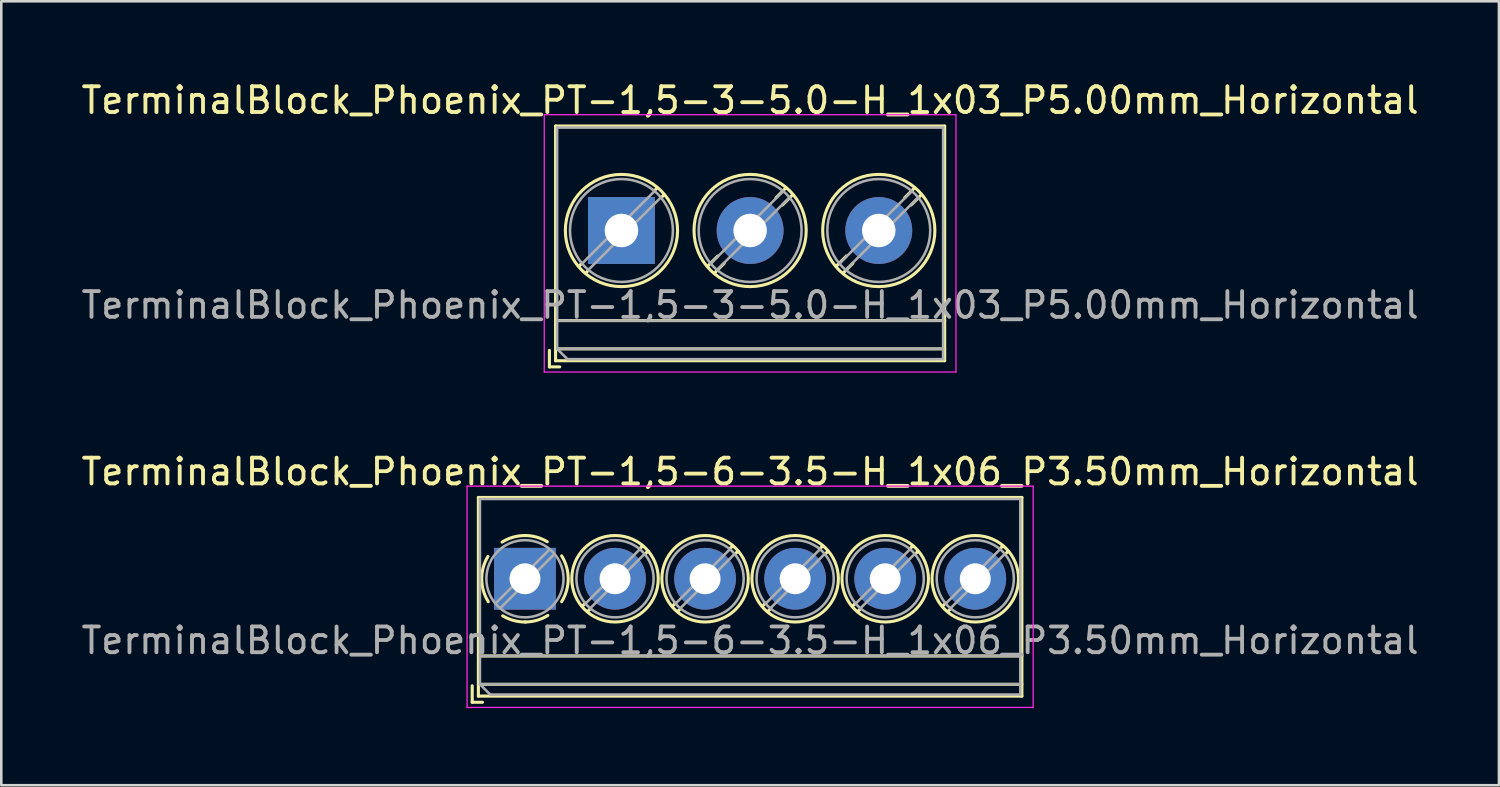
<source format=kicad_pcb>
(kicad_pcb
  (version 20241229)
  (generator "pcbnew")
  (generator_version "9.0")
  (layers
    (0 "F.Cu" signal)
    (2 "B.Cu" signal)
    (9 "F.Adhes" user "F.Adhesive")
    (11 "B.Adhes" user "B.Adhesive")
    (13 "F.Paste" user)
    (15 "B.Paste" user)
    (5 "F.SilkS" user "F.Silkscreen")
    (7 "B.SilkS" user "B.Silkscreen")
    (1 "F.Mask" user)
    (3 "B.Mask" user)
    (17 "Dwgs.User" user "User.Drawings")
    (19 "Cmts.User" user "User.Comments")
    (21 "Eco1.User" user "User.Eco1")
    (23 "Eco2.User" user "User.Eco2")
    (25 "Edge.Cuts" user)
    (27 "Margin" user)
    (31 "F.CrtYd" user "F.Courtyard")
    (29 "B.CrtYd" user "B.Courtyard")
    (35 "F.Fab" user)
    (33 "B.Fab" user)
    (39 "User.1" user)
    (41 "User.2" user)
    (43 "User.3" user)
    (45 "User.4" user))
  (footprint "TerminalBlock_Phoenix_PT-1,5-3-5.0-H_1x03_P5.00mm_Horizontal"
    (layer "F.Cu")
    (at 21.101 5.908)
    (property "Reference" "TerminalBlock_Phoenix_PT-1,5-3-5.0-H_1x03_P5.00mm_Horizontal" (at 5 -5.06 0) (layer "F.SilkS") (effects (font (size 1 1) (thickness 0.15))))
    (attr through_hole)
    (fp_line (start -2.8 4.66) (end -2.8 5.3) (stroke (width 0.12) (type solid)) (layer "F.SilkS"))
    (fp_line (start -2.8 5.3) (end -2.4 5.3) (stroke (width 0.12) (type solid)) (layer "F.SilkS"))
    (fp_line (start -2.56 -4.06) (end -2.56 5.06) (stroke (width 0.12) (type solid)) (layer "F.SilkS"))
    (fp_line (start -2.56 -4.06) (end 12.56 -4.06) (stroke (width 0.12) (type solid)) (layer "F.SilkS"))
    (fp_line (start -2.56 3.5) (end 12.56 3.5) (stroke (width 0.12) (type solid)) (layer "F.SilkS"))
    (fp_line (start -2.56 4.6) (end 12.56 4.6) (stroke (width 0.12) (type solid)) (layer "F.SilkS"))
    (fp_line (start -2.56 5.06) (end 12.56 5.06) (stroke (width 0.12) (type solid)) (layer "F.SilkS"))
    (fp_line (start -1.548 1.281) (end -1.654 1.388) (stroke (width 0.12) (type solid)) (layer "F.SilkS"))
    (fp_line (start -1.282 1.547) (end -1.388 1.654) (stroke (width 0.12) (type solid)) (layer "F.SilkS"))
    (fp_line (start 1.388 -1.654) (end 1.281 -1.547) (stroke (width 0.12) (type solid)) (layer "F.SilkS"))
    (fp_line (start 1.654 -1.388) (end 1.547 -1.281) (stroke (width 0.12) (type solid)) (layer "F.SilkS"))
    (fp_line (start 3.742 0.992) (end 3.347 1.388) (stroke (width 0.12) (type solid)) (layer "F.SilkS"))
    (fp_line (start 3.993 1.274) (end 3.613 1.654) (stroke (width 0.12) (type solid)) (layer "F.SilkS"))
    (fp_line (start 6.388 -1.654) (end 6.008 -1.274) (stroke (width 0.12) (type solid)) (layer "F.SilkS"))
    (fp_line (start 6.654 -1.388) (end 6.259 -0.992) (stroke (width 0.12) (type solid)) (layer "F.SilkS"))
    (fp_line (start 8.742 0.992) (end 8.347 1.388) (stroke (width 0.12) (type solid)) (layer "F.SilkS"))
    (fp_line (start 8.993 1.274) (end 8.613 1.654) (stroke (width 0.12) (type solid)) (layer "F.SilkS"))
    (fp_line (start 11.388 -1.654) (end 11.008 -1.274) (stroke (width 0.12) (type solid)) (layer "F.SilkS"))
    (fp_line (start 11.654 -1.388) (end 11.259 -0.992) (stroke (width 0.12) (type solid)) (layer "F.SilkS"))
    (fp_line (start 12.56 -4.06) (end 12.56 5.06) (stroke (width 0.12) (type solid)) (layer "F.SilkS"))
    (fp_circle (center 0 0) (end 2.18 0) (stroke (width 0.12) (type solid)) (fill no) (layer "F.SilkS"))
    (fp_circle (center 5 0) (end 7.18 0) (stroke (width 0.12) (type solid)) (fill no) (layer "F.SilkS"))
    (fp_circle (center 10 0) (end 12.18 0) (stroke (width 0.12) (type solid)) (fill no) (layer "F.SilkS"))
    (fp_line (start -3 -4.5) (end -3 5.5) (stroke (width 0.05) (type solid)) (layer "F.CrtYd"))
    (fp_line (start -3 5.5) (end 13 5.5) (stroke (width 0.05) (type solid)) (layer "F.CrtYd"))
    (fp_line (start 13 -4.5) (end -3 -4.5) (stroke (width 0.05) (type solid)) (layer "F.CrtYd"))
    (fp_line (start 13 5.5) (end 13 -4.5) (stroke (width 0.05) (type solid)) (layer "F.CrtYd"))
    (fp_line (start -2.5 -4) (end 12.5 -4) (stroke (width 0.1) (type solid)) (layer "F.Fab"))
    (fp_line (start -2.5 3.5) (end 12.5 3.5) (stroke (width 0.1) (type solid)) (layer "F.Fab"))
    (fp_line (start -2.5 4.6) (end -2.5 -4) (stroke (width 0.1) (type solid)) (layer "F.Fab"))
    (fp_line (start -2.5 4.6) (end 12.5 4.6) (stroke (width 0.1) (type solid)) (layer "F.Fab"))
    (fp_line (start -2.1 5) (end -2.5 4.6) (stroke (width 0.1) (type solid)) (layer "F.Fab"))
    (fp_line (start 1.273 -1.517) (end -1.517 1.273) (stroke (width 0.1) (type solid)) (layer "F.Fab"))
    (fp_line (start 1.517 -1.273) (end -1.273 1.517) (stroke (width 0.1) (type solid)) (layer "F.Fab"))
    (fp_line (start 6.273 -1.517) (end 3.484 1.273) (stroke (width 0.1) (type solid)) (layer "F.Fab"))
    (fp_line (start 6.517 -1.273) (end 3.728 1.517) (stroke (width 0.1) (type solid)) (layer "F.Fab"))
    (fp_line (start 11.273 -1.517) (end 8.484 1.273) (stroke (width 0.1) (type solid)) (layer "F.Fab"))
    (fp_line (start 11.517 -1.273) (end 8.728 1.517) (stroke (width 0.1) (type solid)) (layer "F.Fab"))
    (fp_line (start 12.5 -4) (end 12.5 5) (stroke (width 0.1) (type solid)) (layer "F.Fab"))
    (fp_line (start 12.5 5) (end -2.1 5) (stroke (width 0.1) (type solid)) (layer "F.Fab"))
    (fp_circle (center 0 0) (end 2 0) (stroke (width 0.1) (type solid)) (fill no) (layer "F.Fab"))
    (fp_circle (center 5 0) (end 7 0) (stroke (width 0.1) (type solid)) (fill no) (layer "F.Fab"))
    (fp_circle (center 10 0) (end 12 0) (stroke (width 0.1) (type solid)) (fill no) (layer "F.Fab"))
    (fp_text user "${REFERENCE}" (at 5 2.9 0) (layer "F.Fab") (effects (font (size 1 1) (thickness 0.15))))
    (pad "1" thru_hole rect (at 0 0) (size 2.6 2.6) (drill 1.3) (layers "*.Cu" "*.Mask"))
    (pad "2" thru_hole circle (at 5 0) (size 2.6 2.6) (drill 1.3) (layers "*.Cu" "*.Mask"))
    (pad "3" thru_hole circle (at 10 0) (size 2.6 2.6) (drill 1.3) (layers "*.Cu" "*.Mask")))
  (footprint "TerminalBlock_Phoenix_PT-1,5-6-3.5-H_1x06_P3.50mm_Horizontal"
    (layer "F.Cu")
    (at 17.351 19.442)
    (property "Reference" "TerminalBlock_Phoenix_PT-1,5-6-3.5-H_1x06_P3.50mm_Horizontal" (at 8.75 -4.16 0) (layer "F.SilkS") (effects (font (size 1 1) (thickness 0.15))))
    (attr through_hole)
    (fp_line (start -2.05 4.16) (end -2.05 4.8) (stroke (width 0.12) (type solid)) (layer "F.SilkS"))
    (fp_line (start -2.05 4.8) (end -1.65 4.8) (stroke (width 0.12) (type solid)) (layer "F.SilkS"))
    (fp_line (start -1.81 -3.16) (end -1.81 4.56) (stroke (width 0.12) (type solid)) (layer "F.SilkS"))
    (fp_line (start -1.81 -3.16) (end 19.311 -3.16) (stroke (width 0.12) (type solid)) (layer "F.SilkS"))
    (fp_line (start -1.81 3) (end 19.311 3) (stroke (width 0.12) (type solid)) (layer "F.SilkS"))
    (fp_line (start -1.81 4.1) (end 19.311 4.1) (stroke (width 0.12) (type solid)) (layer "F.SilkS"))
    (fp_line (start -1.81 4.56) (end 19.311 4.56) (stroke (width 0.12) (type solid)) (layer "F.SilkS"))
    (fp_line (start 2.355 0.941) (end 2.226 1.069) (stroke (width 0.12) (type solid)) (layer "F.SilkS"))
    (fp_line (start 2.525 1.181) (end 2.431 1.274) (stroke (width 0.12) (type solid)) (layer "F.SilkS"))
    (fp_line (start 4.57 -1.275) (end 4.476 -1.181) (stroke (width 0.12) (type solid)) (layer "F.SilkS"))
    (fp_line (start 4.775 -1.069) (end 4.646 -0.941) (stroke (width 0.12) (type solid)) (layer "F.SilkS"))
    (fp_line (start 5.855 0.941) (end 5.726 1.069) (stroke (width 0.12) (type solid)) (layer "F.SilkS"))
    (fp_line (start 6.025 1.181) (end 5.931 1.274) (stroke (width 0.12) (type solid)) (layer "F.SilkS"))
    (fp_line (start 8.07 -1.275) (end 7.976 -1.181) (stroke (width 0.12) (type solid)) (layer "F.SilkS"))
    (fp_line (start 8.275 -1.069) (end 8.146 -0.941) (stroke (width 0.12) (type solid)) (layer "F.SilkS"))
    (fp_line (start 9.355 0.941) (end 9.226 1.069) (stroke (width 0.12) (type solid)) (layer "F.SilkS"))
    (fp_line (start 9.525 1.181) (end 9.431 1.274) (stroke (width 0.12) (type solid)) (layer "F.SilkS"))
    (fp_line (start 11.57 -1.275) (end 11.476 -1.181) (stroke (width 0.12) (type solid)) (layer "F.SilkS"))
    (fp_line (start 11.775 -1.069) (end 11.646 -0.941) (stroke (width 0.12) (type solid)) (layer "F.SilkS"))
    (fp_line (start 12.855 0.941) (end 12.726 1.069) (stroke (width 0.12) (type solid)) (layer "F.SilkS"))
    (fp_line (start 13.025 1.181) (end 12.931 1.274) (stroke (width 0.12) (type solid)) (layer "F.SilkS"))
    (fp_line (start 15.07 -1.275) (end 14.976 -1.181) (stroke (width 0.12) (type solid)) (layer "F.SilkS"))
    (fp_line (start 15.275 -1.069) (end 15.146 -0.941) (stroke (width 0.12) (type solid)) (layer "F.SilkS"))
    (fp_line (start 16.355 0.941) (end 16.226 1.069) (stroke (width 0.12) (type solid)) (layer "F.SilkS"))
    (fp_line (start 16.525 1.181) (end 16.431 1.274) (stroke (width 0.12) (type solid)) (layer "F.SilkS"))
    (fp_line (start 18.57 -1.275) (end 18.476 -1.181) (stroke (width 0.12) (type solid)) (layer "F.SilkS"))
    (fp_line (start 18.775 -1.069) (end 18.646 -0.941) (stroke (width 0.12) (type solid)) (layer "F.SilkS"))
    (fp_line (start 19.311 -3.16) (end 19.311 4.56) (stroke (width 0.12) (type solid)) (layer "F.SilkS"))
    (fp_arc (start -1.425358 0.889894) (mid -1.680286 0.014012) (end -1.44 -0.866) (stroke (width 0.12) (type solid)) (layer "F.SilkS"))
    (fp_arc (start -0.889894 -1.425358) (mid -0.014012 -1.680286) (end 0.866 -1.44) (stroke (width 0.12) (type solid)) (layer "F.SilkS"))
    (fp_arc (start 0.028674 1.680099) (mid -0.435535 1.622918) (end -0.866 1.44) (stroke (width 0.12) (type solid)) (layer "F.SilkS"))
    (fp_arc (start 0.890264 1.424721) (mid 0.463071 1.61492) (end 0 1.68) (stroke (width 0.12) (type solid)) (layer "F.SilkS"))
    (fp_arc (start 1.425504 -0.890193) (mid 1.680626 0.000476) (end 1.425 0.891) (stroke (width 0.12) (type solid)) (layer "F.SilkS"))
    (fp_circle (center 3.5 0) (end 5.18 0) (stroke (width 0.12) (type solid)) (fill no) (layer "F.SilkS"))
    (fp_circle (center 7 0) (end 8.68 0) (stroke (width 0.12) (type solid)) (fill no) (layer "F.SilkS"))
    (fp_circle (center 10.5 0) (end 12.18 0) (stroke (width 0.12) (type solid)) (fill no) (layer "F.SilkS"))
    (fp_circle (center 14 0) (end 15.68 0) (stroke (width 0.12) (type solid)) (fill no) (layer "F.SilkS"))
    (fp_circle (center 17.5 0) (end 19.18 0) (stroke (width 0.12) (type solid)) (fill no) (layer "F.SilkS"))
    (fp_line (start -2.25 -3.6) (end -2.25 5) (stroke (width 0.05) (type solid)) (layer "F.CrtYd"))
    (fp_line (start -2.25 5) (end 19.75 5) (stroke (width 0.05) (type solid)) (layer "F.CrtYd"))
    (fp_line (start 19.75 -3.6) (end -2.25 -3.6) (stroke (width 0.05) (type solid)) (layer "F.CrtYd"))
    (fp_line (start 19.75 5) (end 19.75 -3.6) (stroke (width 0.05) (type solid)) (layer "F.CrtYd"))
    (fp_line (start -1.75 -3.1) (end 19.25 -3.1) (stroke (width 0.1) (type solid)) (layer "F.Fab"))
    (fp_line (start -1.75 3) (end 19.25 3) (stroke (width 0.1) (type solid)) (layer "F.Fab"))
    (fp_line (start -1.75 4.1) (end -1.75 -3.1) (stroke (width 0.1) (type solid)) (layer "F.Fab"))
    (fp_line (start -1.75 4.1) (end 19.25 4.1) (stroke (width 0.1) (type solid)) (layer "F.Fab"))
    (fp_line (start -1.35 4.5) (end -1.75 4.1) (stroke (width 0.1) (type solid)) (layer "F.Fab"))
    (fp_line (start 0.955 -1.138) (end -1.138 0.955) (stroke (width 0.1) (type solid)) (layer "F.Fab"))
    (fp_line (start 1.138 -0.955) (end -0.955 1.138) (stroke (width 0.1) (type solid)) (layer "F.Fab"))
    (fp_line (start 4.455 -1.138) (end 2.363 0.955) (stroke (width 0.1) (type solid)) (layer "F.Fab"))
    (fp_line (start 4.638 -0.955) (end 2.546 1.138) (stroke (width 0.1) (type solid)) (layer "F.Fab"))
    (fp_line (start 7.955 -1.138) (end 5.863 0.955) (stroke (width 0.1) (type solid)) (layer "F.Fab"))
    (fp_line (start 8.138 -0.955) (end 6.046 1.138) (stroke (width 0.1) (type solid)) (layer "F.Fab"))
    (fp_line (start 11.455 -1.138) (end 9.363 0.955) (stroke (width 0.1) (type solid)) (layer "F.Fab"))
    (fp_line (start 11.638 -0.955) (end 9.546 1.138) (stroke (width 0.1) (type solid)) (layer "F.Fab"))
    (fp_line (start 14.955 -1.138) (end 12.863 0.955) (stroke (width 0.1) (type solid)) (layer "F.Fab"))
    (fp_line (start 15.138 -0.955) (end 13.046 1.138) (stroke (width 0.1) (type solid)) (layer "F.Fab"))
    (fp_line (start 18.455 -1.138) (end 16.363 0.955) (stroke (width 0.1) (type solid)) (layer "F.Fab"))
    (fp_line (start 18.638 -0.955) (end 16.546 1.138) (stroke (width 0.1) (type solid)) (layer "F.Fab"))
    (fp_line (start 19.25 -3.1) (end 19.25 4.5) (stroke (width 0.1) (type solid)) (layer "F.Fab"))
    (fp_line (start 19.25 4.5) (end -1.35 4.5) (stroke (width 0.1) (type solid)) (layer "F.Fab"))
    (fp_circle (center 0 0) (end 1.5 0) (stroke (width 0.1) (type solid)) (fill no) (layer "F.Fab"))
    (fp_circle (center 3.5 0) (end 5 0) (stroke (width 0.1) (type solid)) (fill no) (layer "F.Fab"))
    (fp_circle (center 7 0) (end 8.5 0) (stroke (width 0.1) (type solid)) (fill no) (layer "F.Fab"))
    (fp_circle (center 10.5 0) (end 12 0) (stroke (width 0.1) (type solid)) (fill no) (layer "F.Fab"))
    (fp_circle (center 14 0) (end 15.5 0) (stroke (width 0.1) (type solid)) (fill no) (layer "F.Fab"))
    (fp_circle (center 17.5 0) (end 19 0) (stroke (width 0.1) (type solid)) (fill no) (layer "F.Fab"))
    (fp_text user "${REFERENCE}" (at 8.75 2.4 0) (layer "F.Fab") (effects (font (size 1 1) (thickness 0.15))))
    (pad "1" thru_hole rect (at 0 0) (size 2.4 2.4) (drill 1.2) (layers "*.Cu" "*.Mask"))
    (pad "2" thru_hole circle (at 3.5 0) (size 2.4 2.4) (drill 1.2) (layers "*.Cu" "*.Mask"))
    (pad "3" thru_hole circle (at 7 0) (size 2.4 2.4) (drill 1.2) (layers "*.Cu" "*.Mask"))
    (pad "4" thru_hole circle (at 10.5 0) (size 2.4 2.4) (drill 1.2) (layers "*.Cu" "*.Mask"))
    (pad "5" thru_hole circle (at 14 0) (size 2.4 2.4) (drill 1.2) (layers "*.Cu" "*.Mask"))
    (pad "6" thru_hole circle (at 17.5 0) (size 2.4 2.4) (drill 1.2) (layers "*.Cu" "*.Mask")))
  (gr_rect
    (start -3 -3)
    (end 55.202 27.466)
    (stroke (width 0.1) (type default))
    (fill no)
    (layer "Edge.Cuts")))
</source>
